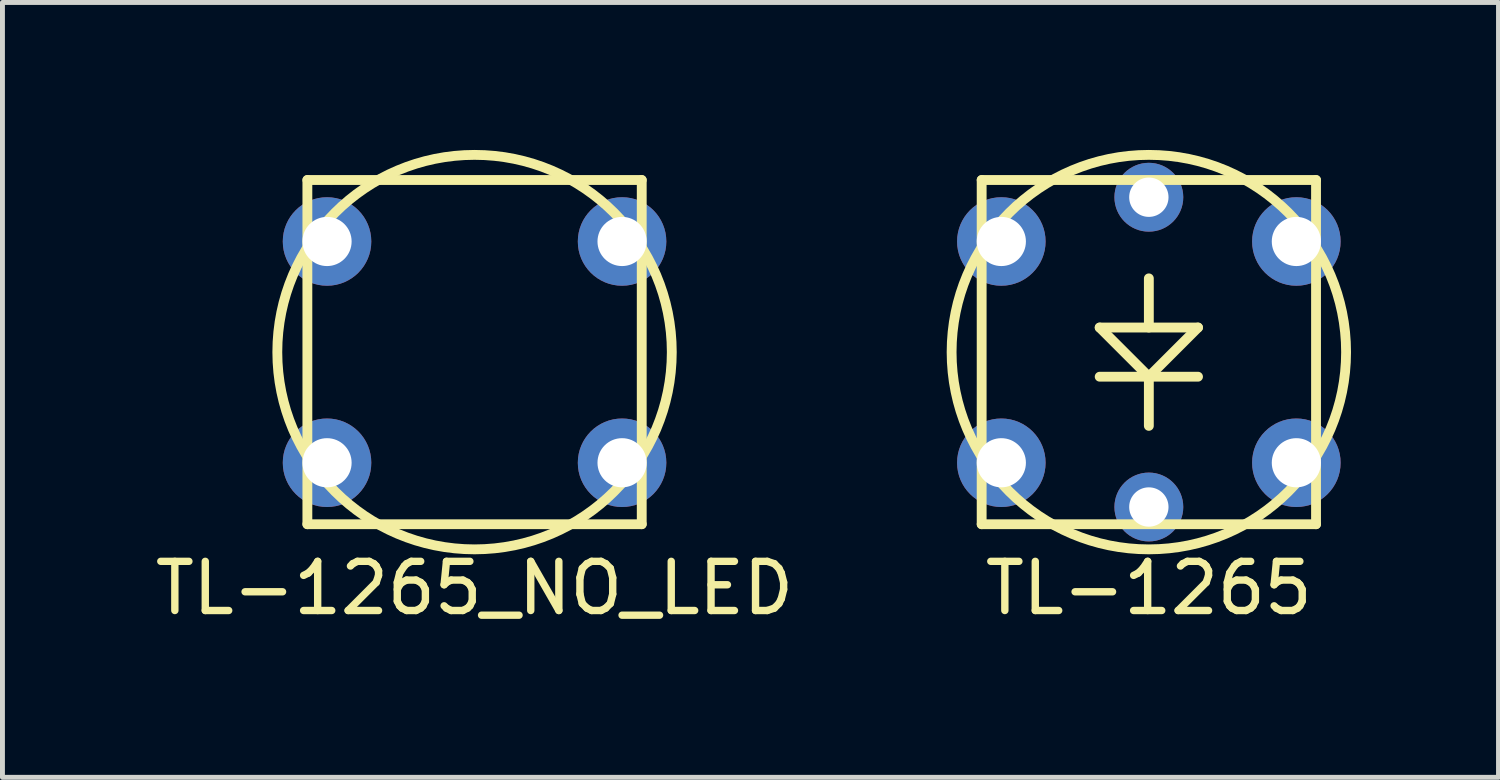
<source format=kicad_pcb>
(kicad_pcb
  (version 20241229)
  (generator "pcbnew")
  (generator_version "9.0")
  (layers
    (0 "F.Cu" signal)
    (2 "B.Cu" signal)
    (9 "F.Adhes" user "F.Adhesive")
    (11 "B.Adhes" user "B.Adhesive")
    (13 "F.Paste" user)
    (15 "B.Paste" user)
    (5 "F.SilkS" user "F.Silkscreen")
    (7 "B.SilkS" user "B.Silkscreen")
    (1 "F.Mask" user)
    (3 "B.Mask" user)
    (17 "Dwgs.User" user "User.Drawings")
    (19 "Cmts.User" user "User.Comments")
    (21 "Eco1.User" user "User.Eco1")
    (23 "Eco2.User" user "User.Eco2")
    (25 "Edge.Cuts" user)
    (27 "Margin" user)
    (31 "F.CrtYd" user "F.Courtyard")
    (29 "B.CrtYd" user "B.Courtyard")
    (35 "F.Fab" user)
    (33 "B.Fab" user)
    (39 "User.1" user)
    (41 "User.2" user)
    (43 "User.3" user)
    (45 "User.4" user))
  (footprint "TL-1265_NO_LED"
    (layer "F.Cu")
    (at 6.601 4.111)
    (property "Reference" "TL-1265_NO_LED" (at 0 4.8 0) (layer "F.SilkS") (effects (font (size 1 1) (thickness 0.15))))
    (attr through_hole)
    (fp_line (start -3.4 -3.5) (end 3.4 -3.5) (stroke (width 0.2) (type solid)) (layer "F.SilkS"))
    (fp_line (start -3.4 3.5) (end -3.4 -3.5) (stroke (width 0.2) (type solid)) (layer "F.SilkS"))
    (fp_line (start 3.4 -3.5) (end 3.4 3.5) (stroke (width 0.2) (type solid)) (layer "F.SilkS"))
    (fp_line (start 3.4 3.5) (end -3.4 3.5) (stroke (width 0.2) (type solid)) (layer "F.SilkS"))
    (fp_circle (center 0 0) (end 4 -0.3) (stroke (width 0.2) (type solid)) (fill no) (layer "F.SilkS"))
    (pad "1" thru_hole circle (at 3 2.25) (size 1.8 1.8) (drill 1) (layers "*.Cu" "*.Mask"))
    (pad "2" thru_hole circle (at -3 2.25) (size 1.8 1.8) (drill 1) (layers "*.Cu" "*.Mask"))
    (pad "3" thru_hole circle (at 3 -2.25) (size 1.8 1.8) (drill 1) (layers "*.Cu" "*.Mask"))
    (pad "4" thru_hole circle (at -3 -2.25) (size 1.8 1.8) (drill 1) (layers "*.Cu" "*.Mask")))
  (footprint "TL-1265"
    (layer "F.Cu")
    (at 20.314 4.111)
    (property "Reference" "TL-1265" (at 0 4.8 0) (layer "F.SilkS") (effects (font (size 1 1) (thickness 0.15))))
    (attr through_hole)
    (fp_line (start -3.4 -3.5) (end 3.4 -3.5) (stroke (width 0.2) (type solid)) (layer "F.SilkS"))
    (fp_line (start -3.4 3.5) (end -3.4 -3.5) (stroke (width 0.2) (type solid)) (layer "F.SilkS"))
    (fp_line (start -1 -0.5) (end 1 -0.5) (stroke (width 0.2) (type solid)) (layer "F.SilkS"))
    (fp_line (start -1 0.5) (end 1 0.5) (stroke (width 0.2) (type solid)) (layer "F.SilkS"))
    (fp_line (start 0 -0.5) (end 0 -1.5) (stroke (width 0.2) (type solid)) (layer "F.SilkS"))
    (fp_line (start 0 0.5) (end -1 -0.5) (stroke (width 0.2) (type solid)) (layer "F.SilkS"))
    (fp_line (start 0 0.5) (end 0 1.5) (stroke (width 0.2) (type solid)) (layer "F.SilkS"))
    (fp_line (start 1 -0.5) (end 0 0.5) (stroke (width 0.2) (type solid)) (layer "F.SilkS"))
    (fp_line (start 3.4 -3.5) (end 3.4 3.5) (stroke (width 0.2) (type solid)) (layer "F.SilkS"))
    (fp_line (start 3.4 3.5) (end -3.4 3.5) (stroke (width 0.2) (type solid)) (layer "F.SilkS"))
    (fp_circle (center 0 0) (end 4 -0.3) (stroke (width 0.2) (type solid)) (fill no) (layer "F.SilkS"))
    (pad "1" thru_hole circle (at 3 2.25) (size 1.8 1.8) (drill 1) (layers "*.Cu" "*.Mask"))
    (pad "2" thru_hole circle (at -3 2.25) (size 1.8 1.8) (drill 1) (layers "*.Cu" "*.Mask"))
    (pad "3" thru_hole circle (at 3 -2.25) (size 1.8 1.8) (drill 1) (layers "*.Cu" "*.Mask"))
    (pad "4" thru_hole circle (at -3 -2.25) (size 1.8 1.8) (drill 1) (layers "*.Cu" "*.Mask"))
    (pad "5" thru_hole circle (at 0 3.15) (size 1.4 1.4) (drill 0.8) (layers "*.Cu" "*.Mask"))
    (pad "6" thru_hole circle (at 0 -3.15) (size 1.4 1.4) (drill 0.8) (layers "*.Cu" "*.Mask")))
  (gr_rect
    (start -3 -3)
    (end 27.425 12.759)
    (stroke (width 0.1) (type default))
    (fill no)
    (layer "Edge.Cuts")))
</source>
